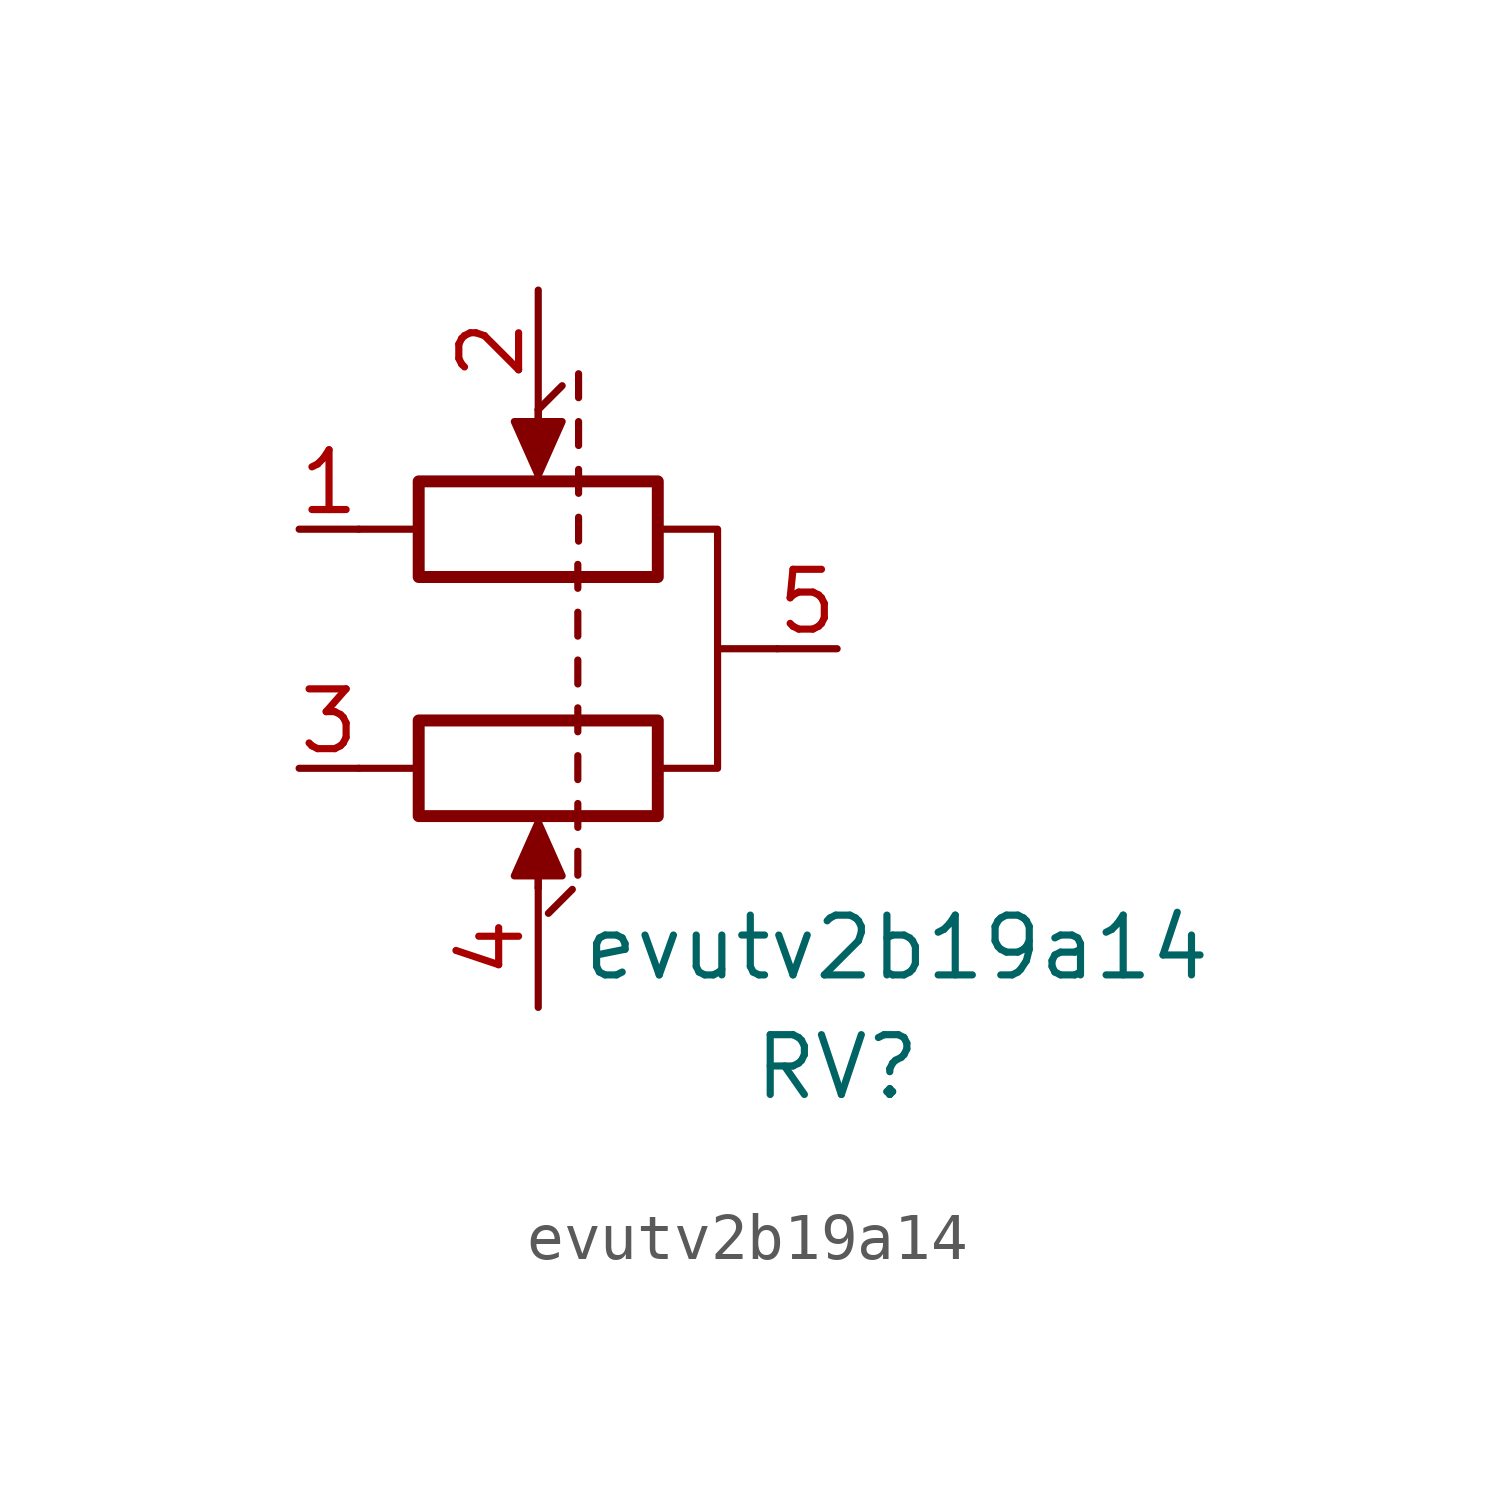
<source format=kicad_sym>
(kicad_symbol_lib
  (version 20220914)
  (generator kicad_symbol_editor)
  (symbol "evutv2b19a14"
    (pin_names
      (offset 1.016) hide)
    (property "Reference" "RV"
      (at 0 -13.97 0)
      (effects (font (size 1.27 1.27))))
    (property "Value" "evutv2b19a14"
      (at 1.27 -11.43 0)
      (effects (font (size 1.27 1.27))))
    (symbol "evutv2b19a14_0_1"
      (rectangle (start -8.89 -1.524) (end -3.81 -3.556) (stroke (width 0.254) (type default)) (fill (type none)))
      (rectangle (start -3.81 -8.636) (end -8.89 -6.604) (stroke (width 0.254) (type default)) (fill (type none)))
      (polyline (pts (xy -10.16 -7.62) (xy -8.89 -7.62)) (stroke (width 0) (type default)) (fill (type none)))
      (polyline (pts (xy -10.16 -2.54) (xy -8.89 -2.54)) (stroke (width 0) (type default)) (fill (type none)))
      (polyline (pts (xy -6.35 -10.16) (xy -6.35 -9.144)) (stroke (width 0) (type default)) (fill (type none)))
      (polyline (pts (xy -6.35 -10.16) (xy -6.35 -9.144)) (stroke (width 0) (type default)) (fill (type none)))
      (polyline (pts (xy -6.35 0) (xy -6.35 -1.016)) (stroke (width 0) (type default)) (fill (type none)))
      (polyline (pts (xy -6.35 0) (xy -6.35 -1.016)) (stroke (width 0) (type default)) (fill (type none)))
      (polyline (pts (xy -6.35 0) (xy -5.842 0.508)) (stroke (width 0) (type default)) (fill (type none)))
      (polyline (pts (xy -6.134 -10.701) (xy -5.626 -10.193)) (stroke (width 0) (type default)) (fill (type none)))
      (polyline (pts (xy -5.509 -9.384) (xy -5.509 -9.892)) (stroke (width 0) (type default)) (fill (type none)))
      (polyline (pts (xy -5.509 -8.368) (xy -5.509 -8.876)) (stroke (width 0) (type default)) (fill (type none)))
      (polyline (pts (xy -5.509 -7.352) (xy -5.509 -7.86)) (stroke (width 0) (type default)) (fill (type none)))
      (polyline (pts (xy -5.509 -6.336) (xy -5.509 -6.844)) (stroke (width 0) (type default)) (fill (type none)))
      (polyline (pts (xy -5.509 -5.32) (xy -5.509 -5.828)) (stroke (width 0) (type default)) (fill (type none)))
      (polyline (pts (xy -5.509 -4.304) (xy -5.509 -4.812)) (stroke (width 0) (type default)) (fill (type none)))
      (polyline (pts (xy -5.509 -3.288) (xy -5.509 -3.796)) (stroke (width 0) (type default)) (fill (type none)))
      (polyline (pts (xy -5.493 -2.794) (xy -5.493 -2.286)) (stroke (width 0) (type default)) (fill (type none)))
      (polyline (pts (xy -5.493 -1.778) (xy -5.493 -1.27)) (stroke (width 0) (type default)) (fill (type none)))
      (polyline (pts (xy -5.493 -0.762) (xy -5.493 -0.254)) (stroke (width 0) (type default)) (fill (type none)))
      (polyline (pts (xy -5.493 0.254) (xy -5.493 0.762)) (stroke (width 0) (type default)) (fill (type none)))
      (polyline (pts (xy -1.27 -5.08) (xy -2.54 -5.08)) (stroke (width 0) (type default)) (fill (type none)))
      (polyline (pts (xy -6.35 -8.763) (xy -5.842 -9.906) (xy -6.858 -9.906) (xy -6.35 -8.763)) (stroke (width 0) (type default)) (fill (type outline)))
      (polyline (pts (xy -6.35 -1.397) (xy -6.858 -0.254) (xy -5.842 -0.254) (xy -6.35 -1.397)) (stroke (width 0) (type default)) (fill (type outline)))
      (polyline (pts (xy -3.81 -2.54) (xy -2.54 -2.54) (xy -2.54 -5.08) (xy -2.54 -7.62) (xy -3.81 -7.62)) (stroke (width 0) (type default)) (fill (type none))))
    (symbol "evutv2b19a14_1_1"
      (pin passive line (at -11.43 -2.54 0) (length 1.27) (name "1" (effects (font (size 1.27 1.27)))) (number "1" (effects (font (size 1.27 1.27)))))
      (pin passive line (at -6.35 2.54 270) (length 2.54) (name "2" (effects (font (size 1.27 1.27)))) (number "2" (effects (font (size 1.27 1.27)))))
      (pin passive line (at -11.43 -7.62 0) (length 1.27) (name "3" (effects (font (size 1.27 1.27)))) (number "3" (effects (font (size 1.27 1.27)))))
      (pin passive line (at -6.35 -12.7 90) (length 2.54) (name "4" (effects (font (size 1.27 1.27)))) (number "4" (effects (font (size 1.27 1.27)))))
      (pin passive line (at 0 -5.08 180) (length 1.27) (name "5" (effects (font (size 1.27 1.27)))) (number "5" (effects (font (size 1.27 1.27))))))))
</source>
